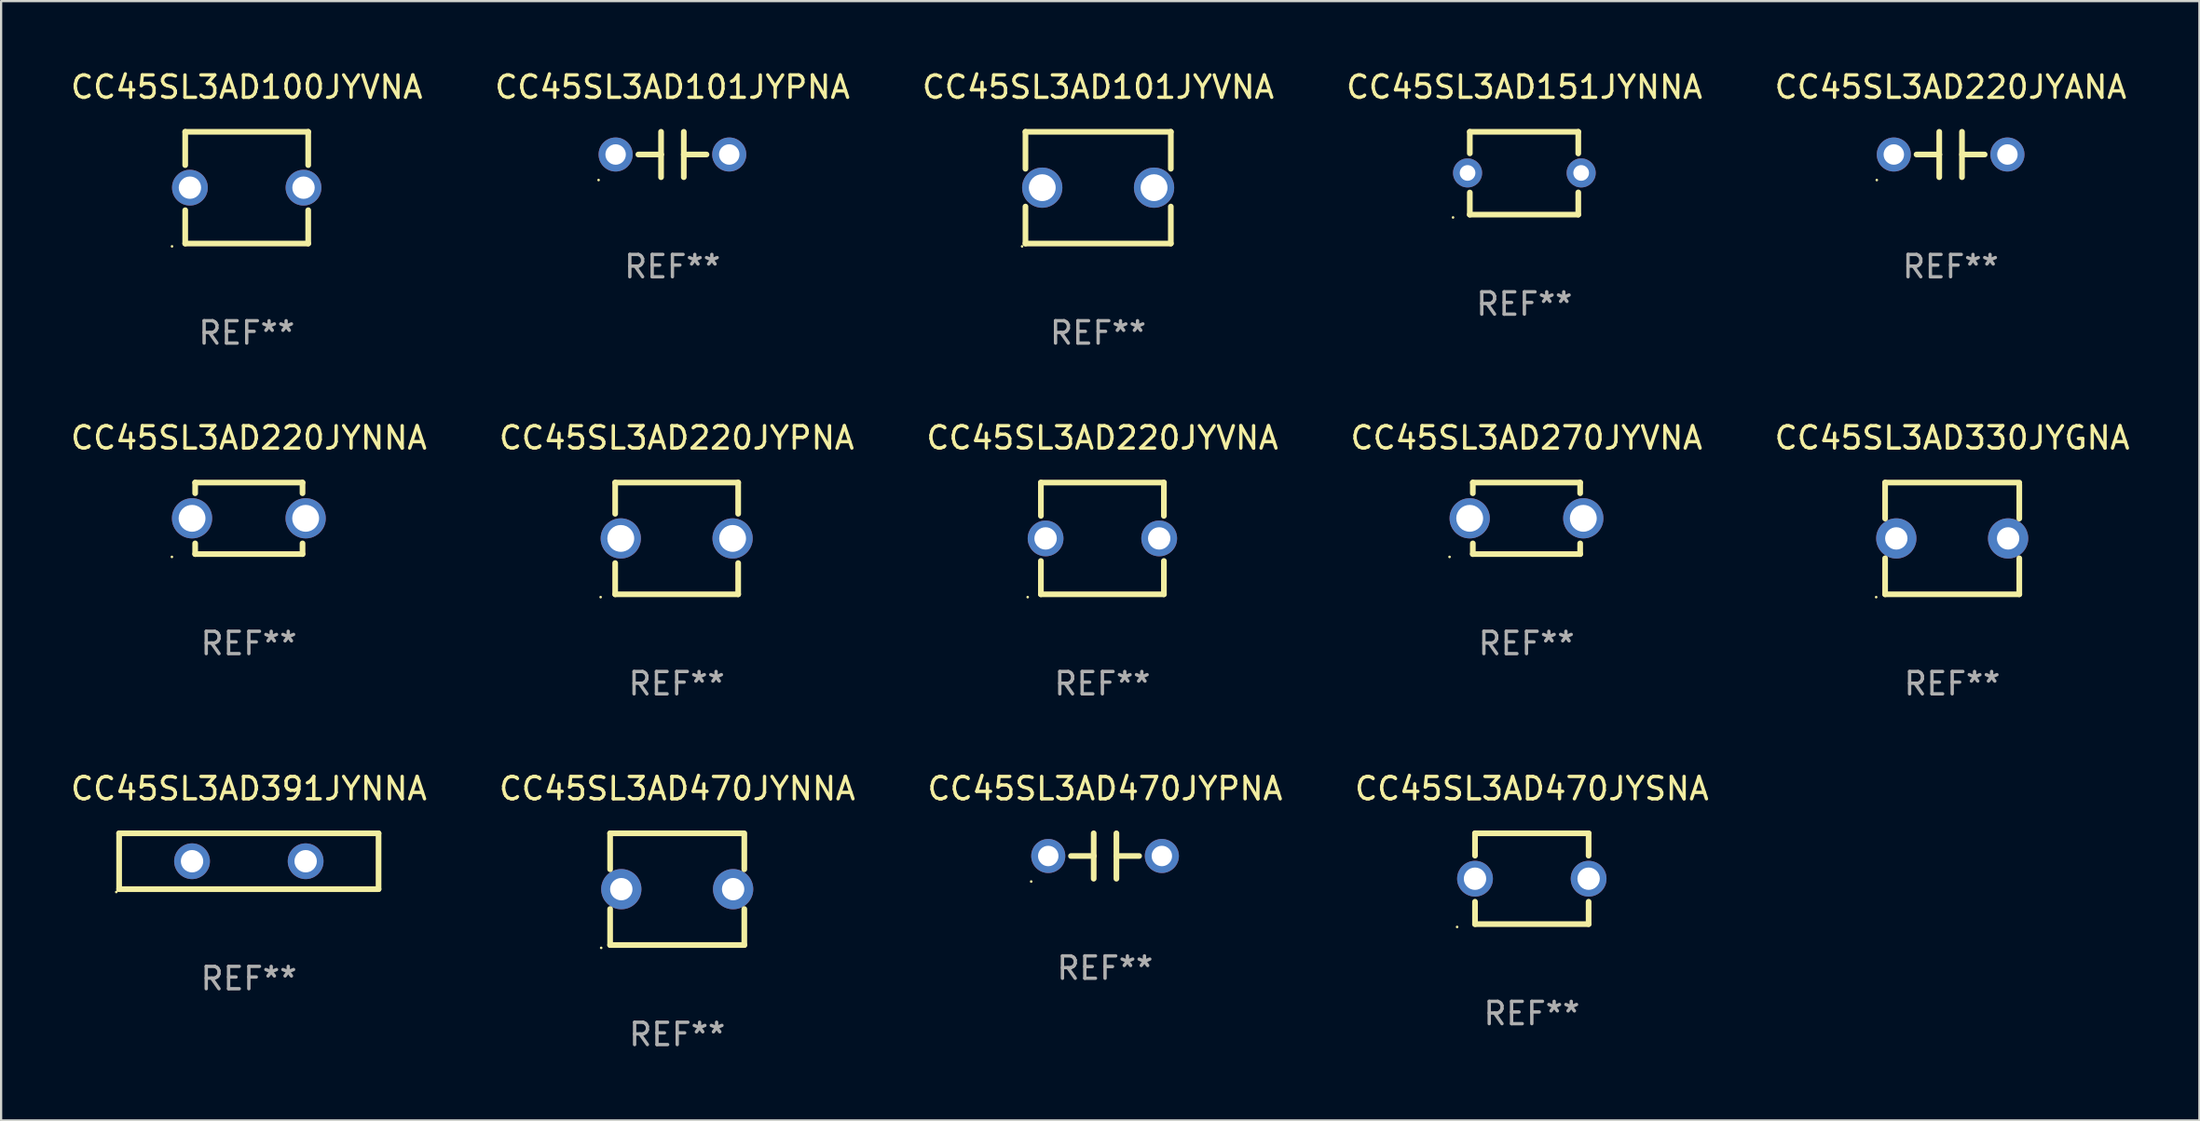
<source format=kicad_pcb>
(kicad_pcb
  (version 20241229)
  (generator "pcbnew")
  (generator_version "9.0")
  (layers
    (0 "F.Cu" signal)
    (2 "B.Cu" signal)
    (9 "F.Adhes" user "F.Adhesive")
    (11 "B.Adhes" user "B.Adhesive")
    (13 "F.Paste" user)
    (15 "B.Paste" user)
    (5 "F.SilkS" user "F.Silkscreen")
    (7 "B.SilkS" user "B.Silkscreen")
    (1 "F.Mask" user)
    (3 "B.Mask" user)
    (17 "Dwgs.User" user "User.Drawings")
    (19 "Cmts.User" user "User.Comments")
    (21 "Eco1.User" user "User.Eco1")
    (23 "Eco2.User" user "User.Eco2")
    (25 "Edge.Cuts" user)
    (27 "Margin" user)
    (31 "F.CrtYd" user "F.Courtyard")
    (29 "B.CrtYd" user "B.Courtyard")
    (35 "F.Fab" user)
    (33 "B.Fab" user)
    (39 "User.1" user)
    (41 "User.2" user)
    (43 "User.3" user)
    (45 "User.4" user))
  (footprint "CC45SL3AD151JYNNA"
    (layer "F.Cu")
    (at 65.113 4.701)
    (property "Reference" "CC45SL3AD151JYNNA" (at 0 -3.853 0) (layer "F.SilkS") (effects (font (size 1 1) (thickness 0.15))))
    (attr through_hole)
    (fp_line (start -2.439 -1.853) (end -2.439 -0.888) (stroke (width 0.254) (type solid)) (layer "F.SilkS"))
    (fp_line (start -2.439 -1.853) (end 2.411 -1.853) (stroke (width 0.254) (type solid)) (layer "F.SilkS"))
    (fp_line (start -2.439 0.863) (end -2.439 1.853) (stroke (width 0.254) (type solid)) (layer "F.SilkS"))
    (fp_line (start 2.408 1.853) (end -2.442 1.853) (stroke (width 0.254) (type solid)) (layer "F.SilkS"))
    (fp_line (start 2.411 -1.853) (end 2.411 -0.884) (stroke (width 0.254) (type solid)) (layer "F.SilkS"))
    (fp_line (start 2.411 0.859) (end 2.411 1.853) (stroke (width 0.254) (type solid)) (layer "F.SilkS"))
    (fp_circle (center -3.19 1.98) (end -3.16 1.98) (stroke (width 0.06) (type solid)) (fill no) (layer "F.SilkS"))
    (fp_text user "REF**" (at 0 5.853 0) (layer "F.Fab") (effects (font (size 1 1) (thickness 0.15))))
    (pad "1" thru_hole circle (at -2.54 -0.012) (size 1.3 1.3) (drill 0.7) (layers "*.Cu" "*.Mask"))
    (pad "2" thru_hole circle (at 2.54 -0.012) (size 1.3 1.3) (drill 0.7) (layers "*.Cu" "*.Mask")))
  (footprint "CC45SL3AD101JYVNA"
    (layer "F.Cu")
    (at 46.054 5.348)
    (property "Reference" "CC45SL3AD101JYVNA" (at 0 -4.5 0) (layer "F.SilkS") (effects (font (size 1 1) (thickness 0.15))))
    (attr through_hole)
    (fp_line (start -3.25 -2.5) (end -3.25 -0.846) (stroke (width 0.254) (type solid)) (layer "F.SilkS"))
    (fp_line (start -3.25 -2.5) (end 3.25 -2.5) (stroke (width 0.254) (type solid)) (layer "F.SilkS"))
    (fp_line (start -3.25 0.846) (end -3.25 2.5) (stroke (width 0.254) (type solid)) (layer "F.SilkS"))
    (fp_line (start 3.25 -2.5) (end 3.25 -0.846) (stroke (width 0.254) (type solid)) (layer "F.SilkS"))
    (fp_line (start 3.25 0.846) (end 3.25 2.5) (stroke (width 0.254) (type solid)) (layer "F.SilkS"))
    (fp_line (start 3.25 2.5) (end -3.25 2.5) (stroke (width 0.254) (type solid)) (layer "F.SilkS"))
    (fp_circle (center -3.4 2.627) (end -3.37 2.627) (stroke (width 0.06) (type solid)) (fill no) (layer "F.SilkS"))
    (fp_text user "REF**" (at 0 6.5 0) (layer "F.Fab") (effects (font (size 1 1) (thickness 0.15))))
    (pad "1" thru_hole circle (at -2.5 0) (size 1.8 1.8) (drill 1.2) (layers "*.Cu" "*.Mask"))
    (pad "2" thru_hole circle (at 2.5 0) (size 1.8 1.8) (drill 1.2) (layers "*.Cu" "*.Mask")))
  (footprint "CC45SL3AD391JYNNA"
    (layer "F.Cu")
    (at 8.077 35.491)
    (property "Reference" "CC45SL3AD391JYNNA" (at 0 -3.25 0) (layer "F.SilkS") (effects (font (size 1 1) (thickness 0.15))))
    (attr through_hole)
    (fp_line (start -5.8 -1.25) (end 5.8 -1.25) (stroke (width 0.254) (type solid)) (layer "F.SilkS"))
    (fp_line (start -5.8 1.25) (end -5.8 -1.25) (stroke (width 0.254) (type solid)) (layer "F.SilkS"))
    (fp_line (start 5.8 -1.25) (end 5.8 1.25) (stroke (width 0.254) (type solid)) (layer "F.SilkS"))
    (fp_line (start 5.8 1.25) (end -5.8 1.25) (stroke (width 0.254) (type solid)) (layer "F.SilkS"))
    (fp_circle (center -5.927 1.377) (end -5.897 1.377) (stroke (width 0.06) (type solid)) (fill no) (layer "F.SilkS"))
    (fp_text user "REF**" (at 0 5.25 0) (layer "F.Fab") (effects (font (size 1 1) (thickness 0.15))))
    (pad "1" thru_hole circle (at -2.54 0) (size 1.6 1.6) (drill 1) (layers "*.Cu" "*.Mask"))
    (pad "2" thru_hole circle (at 2.54 0) (size 1.6 1.6) (drill 1) (layers "*.Cu" "*.Mask")))
  (footprint "CC45SL3AD100JYVNA"
    (layer "F.Cu")
    (at 7.982 5.348)
    (property "Reference" "CC45SL3AD100JYVNA" (at 0 -4.5 0) (layer "F.SilkS") (effects (font (size 1 1) (thickness 0.15))))
    (attr through_hole)
    (fp_line (start -2.75 -2.5) (end 2.75 -2.5) (stroke (width 0.254) (type solid)) (layer "F.SilkS"))
    (fp_line (start -2.75 -1.009) (end -2.75 -2.5) (stroke (width 0.254) (type solid)) (layer "F.SilkS"))
    (fp_line (start -2.75 2.5) (end -2.75 1.009) (stroke (width 0.254) (type solid)) (layer "F.SilkS"))
    (fp_line (start 2.75 -2.5) (end 2.75 -1.009) (stroke (width 0.254) (type solid)) (layer "F.SilkS"))
    (fp_line (start 2.75 1.009) (end 2.75 2.5) (stroke (width 0.254) (type solid)) (layer "F.SilkS"))
    (fp_line (start 2.75 2.5) (end -2.75 2.5) (stroke (width 0.254) (type solid)) (layer "F.SilkS"))
    (fp_circle (center -3.34 2.627) (end -3.31 2.627) (stroke (width 0.06) (type solid)) (fill no) (layer "F.SilkS"))
    (fp_text user "REF**" (at 0 6.5 0) (layer "F.Fab") (effects (font (size 1 1) (thickness 0.15))))
    (pad "1" thru_hole circle (at -2.54 0) (size 1.6 1.6) (drill 1) (layers "*.Cu" "*.Mask"))
    (pad "2" thru_hole circle (at 2.54 0) (size 1.6 1.6) (drill 1) (layers "*.Cu" "*.Mask")))
  (footprint "CC45SL3AD220JYPNA"
    (layer "F.Cu")
    (at 27.208 21.045)
    (property "Reference" "CC45SL3AD220JYPNA" (at 0 -4.5 0) (layer "F.SilkS") (effects (font (size 1 1) (thickness 0.15))))
    (attr through_hole)
    (fp_line (start -2.75 -2.5) (end -2.75 -1.103) (stroke (width 0.254) (type solid)) (layer "F.SilkS"))
    (fp_line (start -2.75 -2.5) (end 2.75 -2.5) (stroke (width 0.254) (type solid)) (layer "F.SilkS"))
    (fp_line (start -2.75 1.103) (end -2.75 2.5) (stroke (width 0.254) (type solid)) (layer "F.SilkS"))
    (fp_line (start 2.75 -2.5) (end 2.75 -1.103) (stroke (width 0.254) (type solid)) (layer "F.SilkS"))
    (fp_line (start 2.75 1.103) (end 2.75 2.5) (stroke (width 0.254) (type solid)) (layer "F.SilkS"))
    (fp_line (start 2.75 2.5) (end -2.75 2.5) (stroke (width 0.254) (type solid)) (layer "F.SilkS"))
    (fp_circle (center -3.4 2.627) (end -3.37 2.627) (stroke (width 0.06) (type solid)) (fill no) (layer "F.SilkS"))
    (fp_text user "REF**" (at 0 6.5 0) (layer "F.Fab") (effects (font (size 1 1) (thickness 0.15))))
    (pad "1" thru_hole circle (at -2.5 0) (size 1.8 1.8) (drill 1.2) (layers "*.Cu" "*.Mask"))
    (pad "2" thru_hole circle (at 2.5 0) (size 1.8 1.8) (drill 1.2) (layers "*.Cu" "*.Mask")))
  (footprint "CC45SL3AD470JYPNA"
    (layer "F.Cu")
    (at 46.363 35.257)
    (property "Reference" "CC45SL3AD470JYPNA" (at 0 -3.016 0) (layer "F.SilkS") (effects (font (size 1 1) (thickness 0.15))))
    (attr through_hole)
    (fp_line (start -1.524 0) (end -0.508 0) (stroke (width 0.254) (type solid)) (layer "F.SilkS"))
    (fp_line (start -0.508 0) (end -0.508 -1.016) (stroke (width 0.254) (type solid)) (layer "F.SilkS"))
    (fp_line (start -0.508 0) (end -0.508 1.016) (stroke (width 0.254) (type solid)) (layer "F.SilkS"))
    (fp_line (start 0.508 -1.016) (end 0.508 1.016) (stroke (width 0.254) (type solid)) (layer "F.SilkS"))
    (fp_line (start 1.524 0) (end 0.508 0) (stroke (width 0.254) (type solid)) (layer "F.SilkS"))
    (fp_circle (center -3.302 1.143) (end -3.272 1.143) (stroke (width 0.06) (type solid)) (fill no) (layer "F.SilkS"))
    (fp_text user "REF**" (at 0 5.016 0) (layer "F.Fab") (effects (font (size 1 1) (thickness 0.15))))
    (pad "1" thru_hole circle (at -2.54 0) (size 1.524 1.524) (drill 0.914) (layers "*.Cu" "*.Mask"))
    (pad "2" thru_hole circle (at 2.54 0) (size 1.524 1.524) (drill 0.914) (layers "*.Cu" "*.Mask")))
  (footprint "CC45SL3AD470JYSNA"
    (layer "F.Cu")
    (at 65.446 36.273)
    (property "Reference" "CC45SL3AD470JYSNA" (at 0 -4.032 0) (layer "F.SilkS") (effects (font (size 1 1) (thickness 0.15))))
    (attr through_hole)
    (fp_line (start -2.54 -2.032) (end -2.54 -1.031) (stroke (width 0.254) (type solid)) (layer "F.SilkS"))
    (fp_line (start -2.54 -2.032) (end 2.54 -2.032) (stroke (width 0.254) (type solid)) (layer "F.SilkS"))
    (fp_line (start -2.54 1.031) (end -2.54 2.032) (stroke (width 0.254) (type solid)) (layer "F.SilkS"))
    (fp_line (start -2.54 2.032) (end 2.54 2.032) (stroke (width 0.254) (type solid)) (layer "F.SilkS"))
    (fp_line (start 2.54 -2.032) (end 2.54 -1.031) (stroke (width 0.254) (type solid)) (layer "F.SilkS"))
    (fp_line (start 2.54 1.031) (end 2.54 2.032) (stroke (width 0.254) (type solid)) (layer "F.SilkS"))
    (fp_circle (center -3.34 2.159) (end -3.31 2.159) (stroke (width 0.06) (type solid)) (fill no) (layer "F.SilkS"))
    (fp_text user "REF**" (at 0 6.032 0) (layer "F.Fab") (effects (font (size 1 1) (thickness 0.15))))
    (pad "1" thru_hole circle (at -2.54 0) (size 1.6 1.6) (drill 1) (layers "*.Cu" "*.Mask"))
    (pad "2" thru_hole circle (at 2.54 0) (size 1.6 1.6) (drill 1) (layers "*.Cu" "*.Mask")))
  (footprint "CC45SL3AD101JYPNA"
    (layer "F.Cu")
    (at 27.018 3.864)
    (property "Reference" "CC45SL3AD101JYPNA" (at 0 -3.016 0) (layer "F.SilkS") (effects (font (size 1 1) (thickness 0.15))))
    (attr through_hole)
    (fp_line (start -1.524 0) (end -0.508 0) (stroke (width 0.254) (type solid)) (layer "F.SilkS"))
    (fp_line (start -0.508 0) (end -0.508 -1.016) (stroke (width 0.254) (type solid)) (layer "F.SilkS"))
    (fp_line (start -0.508 0) (end -0.508 1.016) (stroke (width 0.254) (type solid)) (layer "F.SilkS"))
    (fp_line (start 0.508 -1.016) (end 0.508 1.016) (stroke (width 0.254) (type solid)) (layer "F.SilkS"))
    (fp_line (start 1.524 0) (end 0.508 0) (stroke (width 0.254) (type solid)) (layer "F.SilkS"))
    (fp_circle (center -3.302 1.143) (end -3.272 1.143) (stroke (width 0.06) (type solid)) (fill no) (layer "F.SilkS"))
    (fp_text user "REF**" (at 0 5.016 0) (layer "F.Fab") (effects (font (size 1 1) (thickness 0.15))))
    (pad "1" thru_hole circle (at -2.54 0) (size 1.524 1.524) (drill 0.914) (layers "*.Cu" "*.Mask"))
    (pad "2" thru_hole circle (at 2.54 0) (size 1.524 1.524) (drill 0.914) (layers "*.Cu" "*.Mask")))
  (footprint "CC45SL3AD330JYGNA"
    (layer "F.Cu")
    (at 84.244 21.045)
    (property "Reference" "CC45SL3AD330JYGNA" (at 0 -4.5 0) (layer "F.SilkS") (effects (font (size 1 1) (thickness 0.15))))
    (attr through_hole)
    (fp_line (start -3 -2.5) (end -3 -0.889) (stroke (width 0.254) (type solid)) (layer "F.SilkS"))
    (fp_line (start -3 2.5) (end -3 0.889) (stroke (width 0.254) (type solid)) (layer "F.SilkS"))
    (fp_line (start 3 -0.889) (end 3 -2.413) (stroke (width 0.254) (type solid)) (layer "F.SilkS"))
    (fp_line (start 3 0.889) (end 3 2.5) (stroke (width 0.254) (type solid)) (layer "F.SilkS"))
    (fp_line (start 3 2.5) (end -3 2.5) (stroke (width 0.254) (type solid)) (layer "F.SilkS"))
    (fp_line (start 3 -2.5) (end -3 -2.5) (stroke (width 0.254) (type solid)) (layer "F.SilkS"))
    (fp_circle (center -3.4 2.627) (end -3.37 2.627) (stroke (width 0.06) (type solid)) (fill no) (layer "F.SilkS"))
    (fp_text user "REF**" (at 0 6.5 0) (layer "F.Fab") (effects (font (size 1 1) (thickness 0.15))))
    (pad "1" thru_hole circle (at -2.5 0) (size 1.8 1.8) (drill 1) (layers "*.Cu" "*.Mask"))
    (pad "2" thru_hole circle (at 2.5 0) (size 1.8 1.8) (drill 1) (layers "*.Cu" "*.Mask")))
  (footprint "CC45SL3AD220JYNNA"
    (layer "F.Cu")
    (at 8.077 20.145)
    (property "Reference" "CC45SL3AD220JYNNA" (at 0 -3.6 0) (layer "F.SilkS") (effects (font (size 1 1) (thickness 0.15))))
    (attr through_hole)
    (fp_line (start -2.4 -1.6) (end -2.4 -1.122) (stroke (width 0.254) (type solid)) (layer "F.SilkS"))
    (fp_line (start -2.4 -1.6) (end 2.4 -1.6) (stroke (width 0.254) (type solid)) (layer "F.SilkS"))
    (fp_line (start -2.4 1.122) (end -2.4 1.6) (stroke (width 0.254) (type solid)) (layer "F.SilkS"))
    (fp_line (start 2.4 -1.6) (end 2.4 -1.122) (stroke (width 0.254) (type solid)) (layer "F.SilkS"))
    (fp_line (start 2.4 1.122) (end 2.4 1.6) (stroke (width 0.254) (type solid)) (layer "F.SilkS"))
    (fp_line (start 2.4 1.6) (end -2.4 1.6) (stroke (width 0.254) (type solid)) (layer "F.SilkS"))
    (fp_circle (center -3.44 1.727) (end -3.41 1.727) (stroke (width 0.06) (type solid)) (fill no) (layer "F.SilkS"))
    (fp_text user "REF**" (at 0 5.6 0) (layer "F.Fab") (effects (font (size 1 1) (thickness 0.15))))
    (pad "1" thru_hole circle (at -2.54 0) (size 1.8 1.8) (drill 1.2) (layers "*.Cu" "*.Mask"))
    (pad "2" thru_hole circle (at 2.54 0) (size 1.8 1.8) (drill 1.2) (layers "*.Cu" "*.Mask")))
  (footprint "CC45SL3AD220JYVNA"
    (layer "F.Cu")
    (at 46.244 21.045)
    (property "Reference" "CC45SL3AD220JYVNA" (at 0 -4.5 0) (layer "F.SilkS") (effects (font (size 1 1) (thickness 0.15))))
    (attr through_hole)
    (fp_line (start -2.75 -2.5) (end 2.75 -2.5) (stroke (width 0.254) (type solid)) (layer "F.SilkS"))
    (fp_line (start -2.75 -1.009) (end -2.75 -2.5) (stroke (width 0.254) (type solid)) (layer "F.SilkS"))
    (fp_line (start -2.75 2.5) (end -2.75 1.009) (stroke (width 0.254) (type solid)) (layer "F.SilkS"))
    (fp_line (start 2.75 -2.5) (end 2.75 -1.009) (stroke (width 0.254) (type solid)) (layer "F.SilkS"))
    (fp_line (start 2.75 1.009) (end 2.75 2.5) (stroke (width 0.254) (type solid)) (layer "F.SilkS"))
    (fp_line (start 2.75 2.5) (end -2.75 2.5) (stroke (width 0.254) (type solid)) (layer "F.SilkS"))
    (fp_circle (center -3.34 2.627) (end -3.31 2.627) (stroke (width 0.06) (type solid)) (fill no) (layer "F.SilkS"))
    (fp_text user "REF**" (at 0 6.5 0) (layer "F.Fab") (effects (font (size 1 1) (thickness 0.15))))
    (pad "1" thru_hole circle (at -2.54 0) (size 1.6 1.6) (drill 1) (layers "*.Cu" "*.Mask"))
    (pad "2" thru_hole circle (at 2.54 0) (size 1.6 1.6) (drill 1) (layers "*.Cu" "*.Mask")))
  (footprint "CC45SL3AD470JYNNA"
    (layer "F.Cu")
    (at 27.232 36.741)
    (property "Reference" "CC45SL3AD470JYNNA" (at 0 -4.5 0) (layer "F.SilkS") (effects (font (size 1 1) (thickness 0.15))))
    (attr through_hole)
    (fp_line (start -3 -2.5) (end -3 -0.889) (stroke (width 0.254) (type solid)) (layer "F.SilkS"))
    (fp_line (start -3 2.5) (end -3 0.889) (stroke (width 0.254) (type solid)) (layer "F.SilkS"))
    (fp_line (start 3 -0.889) (end 3 -2.413) (stroke (width 0.254) (type solid)) (layer "F.SilkS"))
    (fp_line (start 3 0.889) (end 3 2.5) (stroke (width 0.254) (type solid)) (layer "F.SilkS"))
    (fp_line (start 3 2.5) (end -3 2.5) (stroke (width 0.254) (type solid)) (layer "F.SilkS"))
    (fp_line (start 3 -2.5) (end -3 -2.5) (stroke (width 0.254) (type solid)) (layer "F.SilkS"))
    (fp_circle (center -3.4 2.627) (end -3.37 2.627) (stroke (width 0.06) (type solid)) (fill no) (layer "F.SilkS"))
    (fp_text user "REF**" (at 0 6.5 0) (layer "F.Fab") (effects (font (size 1 1) (thickness 0.15))))
    (pad "1" thru_hole circle (at -2.5 0) (size 1.8 1.8) (drill 1) (layers "*.Cu" "*.Mask"))
    (pad "2" thru_hole circle (at 2.5 0) (size 1.8 1.8) (drill 1) (layers "*.Cu" "*.Mask")))
  (footprint "CC45SL3AD220JYANA"
    (layer "F.Cu")
    (at 84.173 3.864)
    (property "Reference" "CC45SL3AD220JYANA" (at 0 -3.016 0) (layer "F.SilkS") (effects (font (size 1 1) (thickness 0.15))))
    (attr through_hole)
    (fp_line (start -1.524 0) (end -0.508 0) (stroke (width 0.254) (type solid)) (layer "F.SilkS"))
    (fp_line (start -0.508 0) (end -0.508 -1.016) (stroke (width 0.254) (type solid)) (layer "F.SilkS"))
    (fp_line (start -0.508 0) (end -0.508 1.016) (stroke (width 0.254) (type solid)) (layer "F.SilkS"))
    (fp_line (start 0.508 -1.016) (end 0.508 1.016) (stroke (width 0.254) (type solid)) (layer "F.SilkS"))
    (fp_line (start 1.524 0) (end 0.508 0) (stroke (width 0.254) (type solid)) (layer "F.SilkS"))
    (fp_circle (center -3.302 1.143) (end -3.272 1.143) (stroke (width 0.06) (type solid)) (fill no) (layer "F.SilkS"))
    (fp_text user "REF**" (at 0 5.016 0) (layer "F.Fab") (effects (font (size 1 1) (thickness 0.15))))
    (pad "1" thru_hole circle (at -2.54 0) (size 1.524 1.524) (drill 0.914) (layers "*.Cu" "*.Mask"))
    (pad "2" thru_hole circle (at 2.54 0) (size 1.524 1.524) (drill 0.914) (layers "*.Cu" "*.Mask")))
  (footprint "CC45SL3AD270JYVNA"
    (layer "F.Cu")
    (at 65.208 20.145)
    (property "Reference" "CC45SL3AD270JYVNA" (at 0 -3.6 0) (layer "F.SilkS") (effects (font (size 1 1) (thickness 0.15))))
    (attr through_hole)
    (fp_line (start -2.4 -1.6) (end -2.4 -1.122) (stroke (width 0.254) (type solid)) (layer "F.SilkS"))
    (fp_line (start -2.4 -1.6) (end 2.4 -1.6) (stroke (width 0.254) (type solid)) (layer "F.SilkS"))
    (fp_line (start -2.4 1.122) (end -2.4 1.6) (stroke (width 0.254) (type solid)) (layer "F.SilkS"))
    (fp_line (start 2.4 -1.6) (end 2.4 -1.122) (stroke (width 0.254) (type solid)) (layer "F.SilkS"))
    (fp_line (start 2.4 1.122) (end 2.4 1.6) (stroke (width 0.254) (type solid)) (layer "F.SilkS"))
    (fp_line (start 2.4 1.6) (end -2.4 1.6) (stroke (width 0.254) (type solid)) (layer "F.SilkS"))
    (fp_circle (center -3.44 1.727) (end -3.41 1.727) (stroke (width 0.06) (type solid)) (fill no) (layer "F.SilkS"))
    (fp_text user "REF**" (at 0 5.6 0) (layer "F.Fab") (effects (font (size 1 1) (thickness 0.15))))
    (pad "1" thru_hole circle (at -2.54 0) (size 1.8 1.8) (drill 1.2) (layers "*.Cu" "*.Mask"))
    (pad "2" thru_hole circle (at 2.54 0) (size 1.8 1.8) (drill 1.2) (layers "*.Cu" "*.Mask")))
  (gr_rect
    (start -3 -3)
    (end 95.298 47.09)
    (stroke (width 0.1) (type default))
    (fill no)
    (layer "Edge.Cuts")))
</source>
